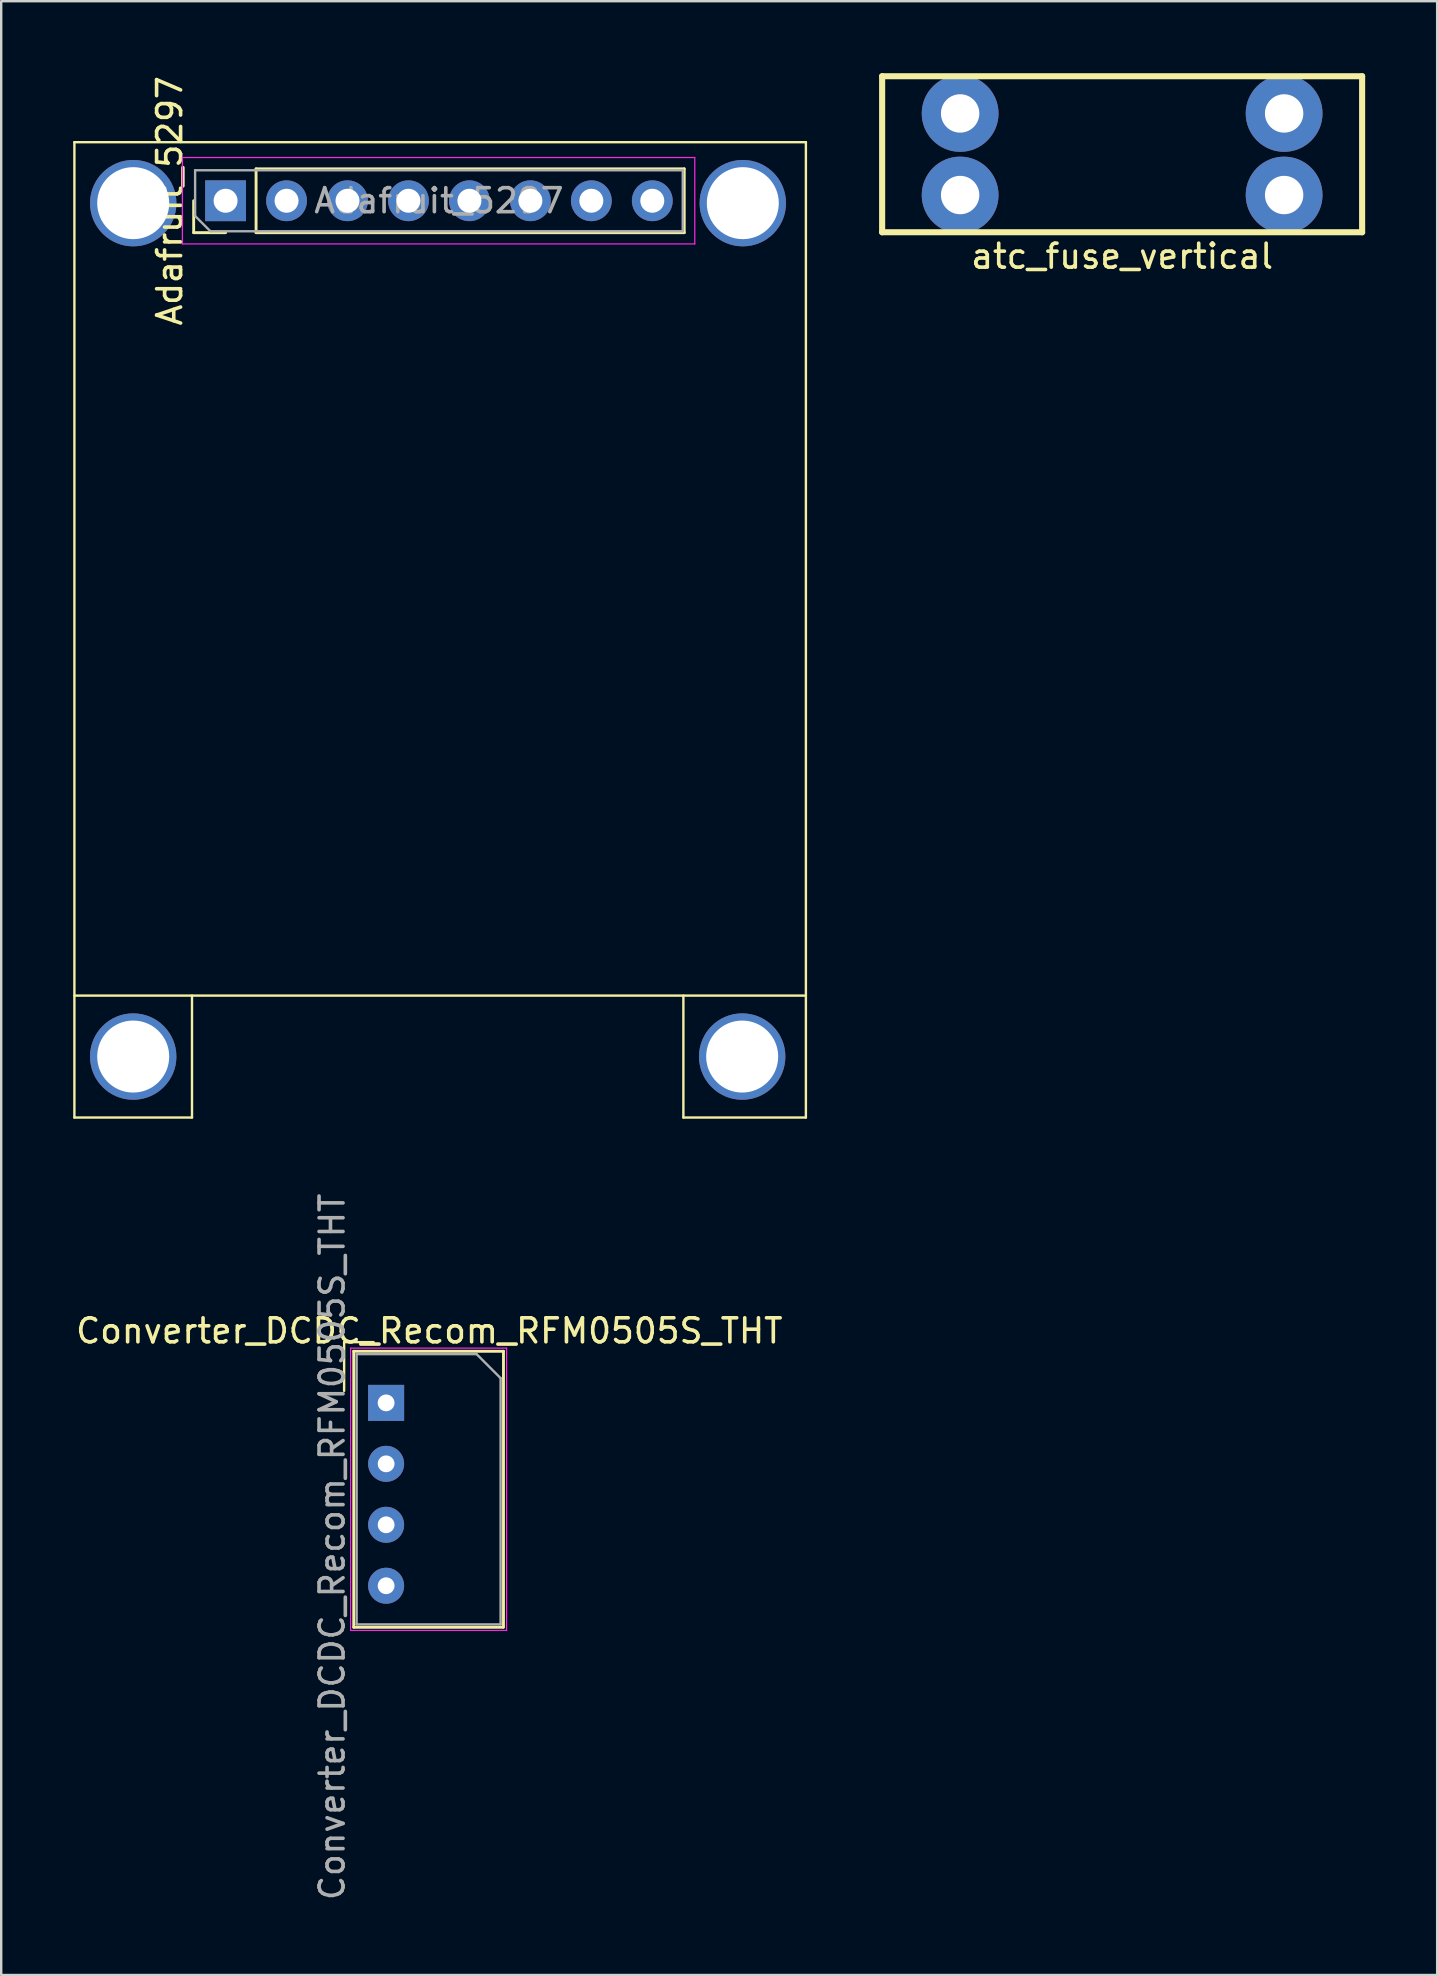
<source format=kicad_pcb>
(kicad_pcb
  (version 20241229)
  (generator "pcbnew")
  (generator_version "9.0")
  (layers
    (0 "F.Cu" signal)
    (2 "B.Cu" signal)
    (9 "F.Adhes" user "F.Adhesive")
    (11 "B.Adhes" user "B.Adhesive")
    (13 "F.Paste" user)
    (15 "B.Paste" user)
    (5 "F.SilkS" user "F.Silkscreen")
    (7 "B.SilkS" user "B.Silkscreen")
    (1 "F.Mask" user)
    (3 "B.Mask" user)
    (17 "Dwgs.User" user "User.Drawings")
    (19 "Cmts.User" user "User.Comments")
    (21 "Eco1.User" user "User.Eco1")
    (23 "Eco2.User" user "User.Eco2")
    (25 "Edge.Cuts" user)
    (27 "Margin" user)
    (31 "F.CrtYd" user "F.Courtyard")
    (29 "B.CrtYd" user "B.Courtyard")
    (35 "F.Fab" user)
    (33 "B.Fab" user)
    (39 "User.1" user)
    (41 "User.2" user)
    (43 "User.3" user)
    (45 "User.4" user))
  (footprint "atc_fuse_vertical"
    (layer "F.Cu")
    (at 43.707 3.377)
    (property "Reference" "atc_fuse_vertical" (at 0 4.25 0) (layer "F.SilkS") (effects (font (size 1 1) (thickness 0.15))))
    (attr through_hole)
    (fp_line (start -10 -3.25) (end -10 3.25) (stroke (width 0.254) (type solid)) (layer "F.SilkS"))
    (fp_line (start -10 -3.25) (end 10 -3.25) (stroke (width 0.254) (type solid)) (layer "F.SilkS"))
    (fp_line (start -10 3.25) (end 10 3.25) (stroke (width 0.254) (type solid)) (layer "F.SilkS"))
    (fp_line (start 10 -3.25) (end 10 3.25) (stroke (width 0.254) (type solid)) (layer "F.SilkS"))
    (pad "1" thru_hole circle (at -6.75 -1.7) (size 3.2 3.2) (drill 1.6) (layers "*.Cu" "*.Mask"))
    (pad "1" thru_hole circle (at -6.75 1.7) (size 3.2 3.2) (drill 1.6) (layers "*.Cu" "*.Mask"))
    (pad "2" thru_hole circle (at 6.75 -1.7) (size 3.2 3.2) (drill 1.6) (layers "*.Cu" "*.Mask"))
    (pad "2" thru_hole circle (at 6.75 1.7) (size 3.2 3.2) (drill 1.6) (layers "*.Cu" "*.Mask")))
  (footprint "Converter_DCDC_Recom_RFM0505S_THT"
    (layer "F.Cu")
    (at 13.039 55.405)
    (property "Reference" "Converter_DCDC_Recom_RFM0505S_THT" (at 1.8 -3 0) (layer "F.SilkS") (effects (font (size 1 1) (thickness 0.15))))
    (attr through_hole)
    (fp_line (start -1.75 -2.53) (end -1.75 -0.5) (stroke (width 0.1) (type solid)) (layer "F.SilkS"))
    (fp_line (start -1.35 -2.15) (end -1.35 9.35) (stroke (width 0.12) (type solid)) (layer "F.SilkS"))
    (fp_line (start -1.35 9.35) (end 4.87 9.35) (stroke (width 0.12) (type solid)) (layer "F.SilkS"))
    (fp_line (start -0.52 -2.53) (end -1.75 -2.53) (stroke (width 0.1) (type solid)) (layer "F.SilkS"))
    (fp_line (start 4.89 -2.15) (end -1.35 -2.15) (stroke (width 0.12) (type solid)) (layer "F.SilkS"))
    (fp_line (start 4.89 9.35) (end 4.89 -2.15) (stroke (width 0.12) (type solid)) (layer "F.SilkS"))
    (fp_line (start -1.48 -2.28) (end -1.48 9.48) (stroke (width 0.05) (type solid)) (layer "F.CrtYd"))
    (fp_line (start -1.48 9.48) (end 5.02 9.48) (stroke (width 0.05) (type solid)) (layer "F.CrtYd"))
    (fp_line (start 5.02 -2.28) (end -1.48 -2.28) (stroke (width 0.05) (type solid)) (layer "F.CrtYd"))
    (fp_line (start 5.02 9.48) (end 5.02 -2.28) (stroke (width 0.05) (type solid)) (layer "F.CrtYd"))
    (fp_line (start -1.23 -2.03) (end -1.23 9.23) (stroke (width 0.1) (type solid)) (layer "F.Fab"))
    (fp_line (start -1.23 9.23) (end 4.77 9.23) (stroke (width 0.1) (type solid)) (layer "F.Fab"))
    (fp_line (start 3.77 -2.03) (end -1.23 -2.03) (stroke (width 0.1) (type solid)) (layer "F.Fab"))
    (fp_line (start 3.77 -2.03) (end 4.77 -1.03) (stroke (width 0.1) (type solid)) (layer "F.Fab"))
    (fp_line (start 4.77 9.23) (end 4.77 -1.03) (stroke (width 0.1) (type solid)) (layer "F.Fab"))
    (fp_text user "${REFERENCE}" (at -2.25 6 90) (layer "F.Fab") (effects (font (size 1 1) (thickness 0.15))))
    (pad "1" thru_hole rect (at 0 0) (size 1.5 1.5) (drill 0.7) (layers "*.Cu" "*.Mask"))
    (pad "2" thru_hole oval (at 0 2.54) (size 1.5 1.5) (drill 0.7) (layers "*.Cu" "*.Mask"))
    (pad "3" thru_hole oval (at 0 5.08) (size 1.5 1.5) (drill 0.7) (layers "*.Cu" "*.Mask"))
    (pad "4" thru_hole oval (at 0 7.62) (size 1.5 1.5) (drill 0.7) (layers "*.Cu" "*.Mask")))
  (footprint "Adafruit_5297"
    (layer "F.Cu")
    (at 6.4 5.415)
    (property "Reference" "Adafruit_5297" (at -2.38 -0.1 90) (layer "F.SilkS") (effects (font (size 1 1) (thickness 0.15))))
    (attr through_hole)
    (fp_line (start -6.35 -2.54) (end 24.13 -2.54) (stroke (width 0.1) (type default)) (layer "F.SilkS"))
    (fp_line (start -6.35 33.02) (end 24.13 33.02) (stroke (width 0.1) (type default)) (layer "F.SilkS"))
    (fp_line (start -6.35 38.1) (end -6.35 -2.54) (stroke (width 0.1) (type default)) (layer "F.SilkS"))
    (fp_line (start -6.35 38.1) (end -1.45 38.1) (stroke (width 0.1) (type default)) (layer "F.SilkS"))
    (fp_line (start -1.45 38.1) (end -1.45 33.02) (stroke (width 0.1) (type default)) (layer "F.SilkS"))
    (fp_line (start -1.38 1.23) (end -1.38 -0.1) (stroke (width 0.12) (type solid)) (layer "F.SilkS"))
    (fp_line (start -0.05 1.23) (end -1.38 1.23) (stroke (width 0.12) (type solid)) (layer "F.SilkS"))
    (fp_line (start 1.22 -1.43) (end 19.06 -1.43) (stroke (width 0.12) (type solid)) (layer "F.SilkS"))
    (fp_line (start 1.22 1.23) (end 1.22 -1.43) (stroke (width 0.12) (type solid)) (layer "F.SilkS"))
    (fp_line (start 1.22 1.23) (end 19.06 1.23) (stroke (width 0.12) (type solid)) (layer "F.SilkS"))
    (fp_line (start 19.025 38.1) (end 19.025 33.02) (stroke (width 0.1) (type default)) (layer "F.SilkS"))
    (fp_line (start 19.06 1.23) (end 19.06 -1.43) (stroke (width 0.12) (type solid)) (layer "F.SilkS"))
    (fp_line (start 24.13 -2.54) (end 24.13 38.1) (stroke (width 0.1) (type default)) (layer "F.SilkS"))
    (fp_line (start 24.13 38.1) (end 19.025 38.1) (stroke (width 0.1) (type default)) (layer "F.SilkS"))
    (fp_line (start -1.85 -1.9) (end -1.85 1.7) (stroke (width 0.05) (type solid)) (layer "F.CrtYd"))
    (fp_line (start -1.85 1.7) (end 19.5 1.7) (stroke (width 0.05) (type solid)) (layer "F.CrtYd"))
    (fp_line (start 19.5 -1.9) (end -1.85 -1.9) (stroke (width 0.05) (type solid)) (layer "F.CrtYd"))
    (fp_line (start 19.5 1.7) (end 19.5 -1.9) (stroke (width 0.05) (type solid)) (layer "F.CrtYd"))
    (fp_line (start -1.32 -1.37) (end 19 -1.37) (stroke (width 0.1) (type solid)) (layer "F.Fab"))
    (fp_line (start -1.32 0.535) (end -1.32 -1.37) (stroke (width 0.1) (type solid)) (layer "F.Fab"))
    (fp_line (start -0.685 1.17) (end -1.32 0.535) (stroke (width 0.1) (type solid)) (layer "F.Fab"))
    (fp_line (start 19 -1.37) (end 19 1.17) (stroke (width 0.1) (type solid)) (layer "F.Fab"))
    (fp_line (start 19 1.17) (end -0.685 1.17) (stroke (width 0.1) (type solid)) (layer "F.Fab"))
    (fp_text user "${REFERENCE}" (at 8.84 -0.1 180) (layer "F.Fab") (effects (font (size 1 1) (thickness 0.15))))
    (pad "" np_thru_hole circle (at -3.9 35.56) (size 3.6 3.6) (drill 3) (layers "*.Cu" "*.Mask"))
    (pad "" np_thru_hole circle (at -3.899 0) (size 3.6 3.6) (drill 3) (layers "*.Cu" "*.Mask"))
    (pad "" np_thru_hole circle (at 21.475 35.56) (size 3.6 3.6) (drill 3) (layers "*.Cu" "*.Mask"))
    (pad "" np_thru_hole circle (at 21.501 0) (size 3.6 3.6) (drill 3) (layers "*.Cu" "*.Mask"))
    (pad "1" thru_hole rect (at -0.05 -0.1 90) (size 1.7 1.7) (drill 1) (layers "*.Cu" "*.Mask"))
    (pad "2" thru_hole oval (at 2.49 -0.1 90) (size 1.7 1.7) (drill 1) (layers "*.Cu" "*.Mask"))
    (pad "3" thru_hole oval (at 5.03 -0.1 90) (size 1.7 1.7) (drill 1) (layers "*.Cu" "*.Mask"))
    (pad "4" thru_hole oval (at 7.57 -0.1 90) (size 1.7 1.7) (drill 1) (layers "*.Cu" "*.Mask"))
    (pad "5" thru_hole oval (at 10.11 -0.1 90) (size 1.7 1.7) (drill 1) (layers "*.Cu" "*.Mask"))
    (pad "6" thru_hole oval (at 12.65 -0.1 90) (size 1.7 1.7) (drill 1) (layers "*.Cu" "*.Mask"))
    (pad "7" thru_hole oval (at 15.19 -0.1 90) (size 1.7 1.7) (drill 1) (layers "*.Cu" "*.Mask"))
    (pad "8" thru_hole oval (at 17.73 -0.1 90) (size 1.7 1.7) (drill 1) (layers "*.Cu" "*.Mask")))
  (gr_rect
    (start -3 -3)
    (end 56.834 79.244)
    (stroke (width 0.1) (type default))
    (fill no)
    (layer "Edge.Cuts")))
</source>
